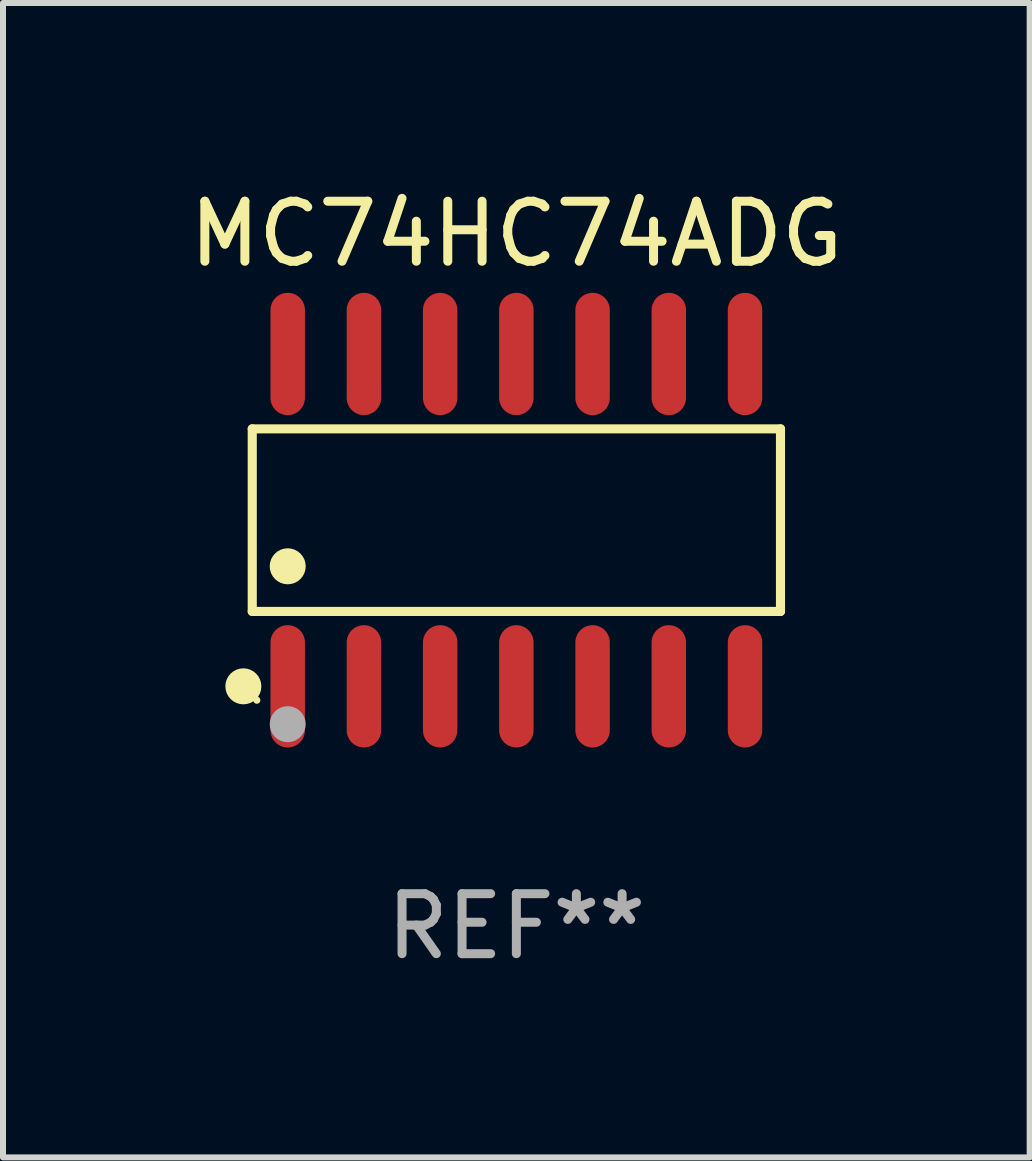
<source format=kicad_pcb>
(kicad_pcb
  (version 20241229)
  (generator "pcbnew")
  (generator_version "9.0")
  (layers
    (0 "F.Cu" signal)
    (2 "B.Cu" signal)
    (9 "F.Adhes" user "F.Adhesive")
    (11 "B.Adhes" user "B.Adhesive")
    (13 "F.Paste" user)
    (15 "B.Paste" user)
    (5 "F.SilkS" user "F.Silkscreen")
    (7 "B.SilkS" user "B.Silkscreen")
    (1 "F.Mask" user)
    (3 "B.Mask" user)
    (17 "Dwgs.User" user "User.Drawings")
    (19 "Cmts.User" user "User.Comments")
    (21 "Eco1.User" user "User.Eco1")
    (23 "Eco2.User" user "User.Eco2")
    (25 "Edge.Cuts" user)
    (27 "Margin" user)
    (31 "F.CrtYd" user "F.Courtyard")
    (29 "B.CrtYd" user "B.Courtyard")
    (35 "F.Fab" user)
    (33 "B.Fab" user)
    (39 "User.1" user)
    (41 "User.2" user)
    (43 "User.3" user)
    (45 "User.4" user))
  (footprint "MC74HC74ADG"
    (layer "F.Cu")
    (at 5.554 5.617)
    (property "Reference" "MC74HC74ADG" (at 0 -4.769 0) (layer "F.SilkS") (effects (font (size 1 1) (thickness 0.15))))
    (attr through_hole)
    (fp_line (start -4.401 -1.521) (end 4.401 -1.521) (stroke (width 0.152) (type solid)) (layer "F.SilkS"))
    (fp_line (start -4.401 1.521) (end -4.401 -1.521) (stroke (width 0.152) (type solid)) (layer "F.SilkS"))
    (fp_line (start 4.401 -1.521) (end 4.401 1.521) (stroke (width 0.152) (type solid)) (layer "F.SilkS"))
    (fp_line (start 4.401 1.521) (end -4.401 1.521) (stroke (width 0.152) (type solid)) (layer "F.SilkS"))
    (fp_circle (center -4.549 2.769) (end -4.399 2.769) (stroke (width 0.3) (type solid)) (fill no) (layer "F.SilkS"))
    (fp_circle (center -4.325 3) (end -4.295 3) (stroke (width 0.06) (type solid)) (fill no) (layer "F.SilkS"))
    (fp_circle (center -3.81 0.769) (end -3.66 0.769) (stroke (width 0.3) (type solid)) (fill no) (layer "F.SilkS"))
    (fp_circle (center -3.81 3.4) (end -3.66 3.4) (stroke (width 0.3) (type solid)) (fill no) (layer "F.Fab"))
    (fp_text user "REF**" (at 0 6.769 0) (layer "F.Fab") (effects (font (size 1 1) (thickness 0.15))))
    (pad "1" smd oval (at -3.81 2.769) (size 0.574 2.038) (layers "F.Cu" "F.Mask" "F.Paste"))
    (pad "2" smd oval (at -2.54 2.769) (size 0.574 2.038) (layers "F.Cu" "F.Mask" "F.Paste"))
    (pad "3" smd oval (at -1.27 2.769) (size 0.574 2.038) (layers "F.Cu" "F.Mask" "F.Paste"))
    (pad "4" smd oval (at 0 2.769) (size 0.574 2.038) (layers "F.Cu" "F.Mask" "F.Paste"))
    (pad "5" smd oval (at 1.27 2.769) (size 0.574 2.038) (layers "F.Cu" "F.Mask" "F.Paste"))
    (pad "6" smd oval (at 2.54 2.769) (size 0.574 2.038) (layers "F.Cu" "F.Mask" "F.Paste"))
    (pad "7" smd oval (at 3.81 2.769) (size 0.574 2.038) (layers "F.Cu" "F.Mask" "F.Paste"))
    (pad "8" smd oval (at 3.81 -2.769) (size 0.574 2.038) (layers "F.Cu" "F.Mask" "F.Paste"))
    (pad "9" smd oval (at 2.54 -2.769) (size 0.574 2.038) (layers "F.Cu" "F.Mask" "F.Paste"))
    (pad "10" smd oval (at 1.27 -2.769) (size 0.574 2.038) (layers "F.Cu" "F.Mask" "F.Paste"))
    (pad "11" smd oval (at 0 -2.769) (size 0.574 2.038) (layers "F.Cu" "F.Mask" "F.Paste"))
    (pad "12" smd oval (at -1.27 -2.769) (size 0.574 2.038) (layers "F.Cu" "F.Mask" "F.Paste"))
    (pad "13" smd oval (at -2.54 -2.769) (size 0.574 2.038) (layers "F.Cu" "F.Mask" "F.Paste"))
    (pad "14" smd oval (at -3.81 -2.769) (size 0.574 2.038) (layers "F.Cu" "F.Mask" "F.Paste")))
  (gr_rect
    (start -3 -3)
    (end 14.107 16.235)
    (stroke (width 0.1) (type default))
    (fill no)
    (layer "Edge.Cuts")))
</source>
